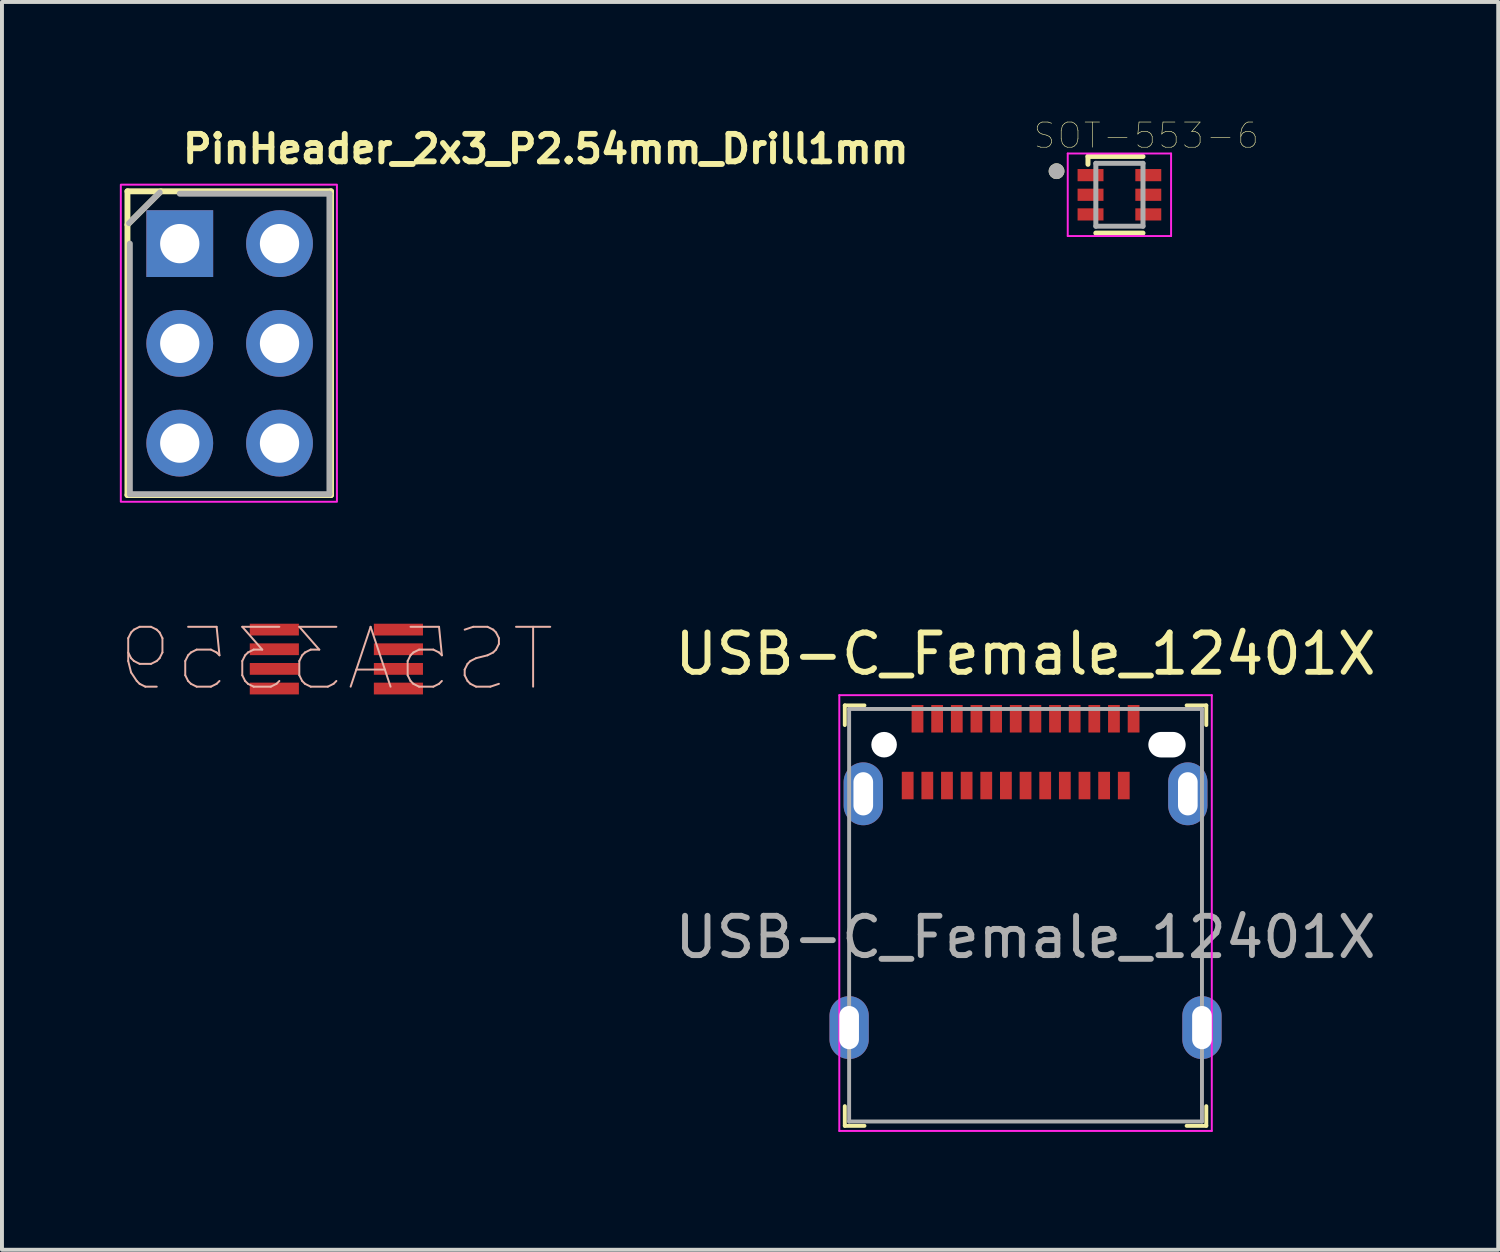
<source format=kicad_pcb>
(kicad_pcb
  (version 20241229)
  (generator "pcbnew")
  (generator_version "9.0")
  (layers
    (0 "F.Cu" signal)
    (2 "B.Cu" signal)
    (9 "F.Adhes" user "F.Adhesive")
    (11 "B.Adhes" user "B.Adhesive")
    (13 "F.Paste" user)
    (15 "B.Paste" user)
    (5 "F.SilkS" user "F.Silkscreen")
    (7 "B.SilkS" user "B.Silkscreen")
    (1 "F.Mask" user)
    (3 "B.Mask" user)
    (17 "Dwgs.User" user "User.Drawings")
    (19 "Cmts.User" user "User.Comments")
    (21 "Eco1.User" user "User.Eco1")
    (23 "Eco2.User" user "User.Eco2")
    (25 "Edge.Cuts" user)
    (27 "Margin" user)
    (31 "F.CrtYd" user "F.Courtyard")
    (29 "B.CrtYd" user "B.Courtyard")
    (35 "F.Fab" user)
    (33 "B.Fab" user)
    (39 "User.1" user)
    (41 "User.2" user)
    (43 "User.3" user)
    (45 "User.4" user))
  (footprint "SOT-553-6"
    (layer "F.Cu")
    (at 25.44 1.907)
    (property "Reference" "SOT-553-6" (at 0.682 -1.506 0) (layer "F.SilkS") (effects (font (size 0.64 0.64) (thickness 0.015))))
    (attr through_hole)
    (fp_line (start -0.8 -0.975) (end -0.8 -0.775) (stroke (width 0.127) (type solid)) (layer "F.SilkS"))
    (fp_line (start -0.8 -0.975) (end 0.6 -0.975) (stroke (width 0.127) (type solid)) (layer "F.SilkS"))
    (fp_line (start -0.6 0.975) (end 0.6 0.975) (stroke (width 0.127) (type solid)) (layer "F.SilkS"))
    (fp_circle (center -1.6 -0.6) (end -1.5 -0.6) (stroke (width 0.2) (type solid)) (fill no) (layer "F.SilkS"))
    (fp_line (start -1.315 -1.05) (end 1.315 -1.05) (stroke (width 0.05) (type solid)) (layer "F.CrtYd"))
    (fp_line (start -1.315 1.05) (end -1.315 -1.05) (stroke (width 0.05) (type solid)) (layer "F.CrtYd"))
    (fp_line (start 1.315 -1.05) (end 1.315 1.05) (stroke (width 0.05) (type solid)) (layer "F.CrtYd"))
    (fp_line (start 1.315 1.05) (end -1.315 1.05) (stroke (width 0.05) (type solid)) (layer "F.CrtYd"))
    (fp_line (start -0.6 -0.8) (end 0.6 -0.8) (stroke (width 0.127) (type solid)) (layer "F.Fab"))
    (fp_line (start -0.6 0.8) (end -0.6 -0.8) (stroke (width 0.127) (type solid)) (layer "F.Fab"))
    (fp_line (start 0.6 -0.8) (end 0.6 0.8) (stroke (width 0.127) (type solid)) (layer "F.Fab"))
    (fp_line (start 0.6 0.8) (end -0.6 0.8) (stroke (width 0.127) (type solid)) (layer "F.Fab"))
    (fp_circle (center -1.6 -0.6) (end -1.5 -0.6) (stroke (width 0.2) (type solid)) (fill no) (layer "F.Fab"))
    (pad "1" smd rect (at -0.735 -0.5) (size 0.66 0.31) (layers "F.Cu" "F.Mask" "F.Paste"))
    (pad "2" smd rect (at -0.735 0) (size 0.66 0.31) (layers "F.Cu" "F.Mask" "F.Paste"))
    (pad "3" smd rect (at -0.735 0.5) (size 0.66 0.31) (layers "F.Cu" "F.Mask" "F.Paste"))
    (pad "4" smd rect (at 0.735 0.5) (size 0.66 0.31) (layers "F.Cu" "F.Mask" "F.Paste"))
    (pad "5" smd rect (at 0.735 0) (size 0.66 0.31) (layers "F.Cu" "F.Mask" "F.Paste"))
    (pad "6" smd rect (at 0.735 -0.5) (size 0.66 0.31) (layers "F.Cu" "F.Mask" "F.Paste")))
  (footprint "PinHeader_2x3_P2.54mm_Drill1mm"
    (layer "F.Cu")
    (at 1.525 3.15)
    (property "Reference" "PinHeader_2x3_P2.54mm_Drill1mm" (at 0 -2 0) (layer "F.SilkS") (effects (font (size 0.7 0.7) (thickness 0.15)) (justify left bottom)))
    (attr through_hole)
    (fp_line (start -1.331 -1.331) (end -1.331 6.4) (stroke (width 0.15) (type solid)) (layer "F.SilkS"))
    (fp_line (start -1.331 -1.331) (end 3.85 -1.331) (stroke (width 0.15) (type solid)) (layer "F.SilkS"))
    (fp_line (start -1.331 -0.48) (end -0.48 -1.33) (stroke (width 0.15) (type solid)) (layer "F.SilkS"))
    (fp_line (start -1.331 6.4) (end 3.85 6.4) (stroke (width 0.15) (type solid)) (layer "F.SilkS"))
    (fp_line (start 3.85 -1.331) (end 3.85 6.4) (stroke (width 0.15) (type solid)) (layer "F.SilkS"))
    (fp_rect (start -1.5 -1.5) (end 4 6.57) (stroke (width 0.05) (type solid)) (fill no) (layer "F.CrtYd"))
    (fp_line (start -1.29 -0.52) (end -0.51 -1.3) (stroke (width 0.15) (type solid)) (layer "F.Fab"))
    (fp_line (start -1.27 6.376) (end -1.27 0) (stroke (width 0.15) (type solid)) (layer "F.Fab"))
    (fp_line (start 0 -1.27) (end 3.809 -1.27) (stroke (width 0.15) (type solid)) (layer "F.Fab"))
    (fp_line (start 3.809 -1.27) (end 3.809 6.376) (stroke (width 0.15) (type solid)) (layer "F.Fab"))
    (fp_line (start 3.809 6.376) (end -1.27 6.376) (stroke (width 0.15) (type solid)) (layer "F.Fab"))
    (fp_rect (start -1.281 -1.28) (end 3.797 6.339) (stroke (width 0.1) (type solid)) (fill no) (layer "User.5"))
    (fp_line (start -1.281 -1.031) (end -1.281 1.009) (stroke (width 0.02) (type solid)) (layer "User.9"))
    (fp_line (start -1.281 -1.031) (end -0.782 -1.28) (stroke (width 0.02) (type solid)) (layer "User.9"))
    (fp_line (start -1.281 1.509) (end -1.281 3.547) (stroke (width 0.02) (type solid)) (layer "User.9"))
    (fp_line (start -1.281 1.509) (end -0.782 1.259) (stroke (width 0.02) (type solid)) (layer "User.9"))
    (fp_line (start -1.281 4.049) (end -1.281 6.089) (stroke (width 0.02) (type solid)) (layer "User.9"))
    (fp_line (start -1.281 4.049) (end -0.782 3.797) (stroke (width 0.02) (type solid)) (layer "User.9"))
    (fp_line (start -0.782 1.259) (end -1.281 1.009) (stroke (width 0.02) (type solid)) (layer "User.9"))
    (fp_line (start -0.782 3.797) (end -1.281 3.547) (stroke (width 0.02) (type solid)) (layer "User.9"))
    (fp_line (start -0.782 6.339) (end -1.281 6.089) (stroke (width 0.02) (type solid)) (layer "User.9"))
    (fp_line (start -0.332 -0.333) (end 0.307 -0.333) (stroke (width 0.02) (type solid)) (layer "User.9"))
    (fp_line (start -0.332 0.308) (end -0.332 -0.333) (stroke (width 0.02) (type solid)) (layer "User.9"))
    (fp_line (start -0.332 0.308) (end -0.133 0.108) (stroke (width 0.02) (type solid)) (layer "User.9"))
    (fp_line (start -0.332 2.209) (end 0.307 2.209) (stroke (width 0.02) (type solid)) (layer "User.9"))
    (fp_line (start -0.332 2.849) (end -0.332 2.209) (stroke (width 0.02) (type solid)) (layer "User.9"))
    (fp_line (start -0.332 2.849) (end -0.133 2.648) (stroke (width 0.02) (type solid)) (layer "User.9"))
    (fp_line (start -0.332 4.748) (end 0.307 4.748) (stroke (width 0.02) (type solid)) (layer "User.9"))
    (fp_line (start -0.332 5.389) (end -0.332 4.748) (stroke (width 0.02) (type solid)) (layer "User.9"))
    (fp_line (start -0.332 5.389) (end -0.133 5.19) (stroke (width 0.02) (type solid)) (layer "User.9"))
    (fp_line (start -0.133 -0.133) (end -0.332 -0.333) (stroke (width 0.02) (type solid)) (layer "User.9"))
    (fp_line (start -0.133 -0.133) (end -0.133 0.108) (stroke (width 0.02) (type solid)) (layer "User.9"))
    (fp_line (start -0.133 0.108) (end 0.107 0.108) (stroke (width 0.02) (type solid)) (layer "User.9"))
    (fp_line (start -0.133 2.407) (end -0.332 2.209) (stroke (width 0.02) (type solid)) (layer "User.9"))
    (fp_line (start -0.133 2.407) (end -0.133 2.648) (stroke (width 0.02) (type solid)) (layer "User.9"))
    (fp_line (start -0.133 2.648) (end 0.107 2.648) (stroke (width 0.02) (type solid)) (layer "User.9"))
    (fp_line (start -0.133 4.95) (end -0.332 4.748) (stroke (width 0.02) (type solid)) (layer "User.9"))
    (fp_line (start -0.133 4.95) (end -0.133 5.19) (stroke (width 0.02) (type solid)) (layer "User.9"))
    (fp_line (start -0.133 5.19) (end 0.107 5.19) (stroke (width 0.02) (type solid)) (layer "User.9"))
    (fp_line (start 0.107 -0.133) (end -0.133 -0.133) (stroke (width 0.02) (type solid)) (layer "User.9"))
    (fp_line (start 0.107 -0.133) (end 0.307 -0.333) (stroke (width 0.02) (type solid)) (layer "User.9"))
    (fp_line (start 0.107 0.108) (end 0.107 -0.133) (stroke (width 0.02) (type solid)) (layer "User.9"))
    (fp_line (start 0.107 0.108) (end 0.307 0.308) (stroke (width 0.02) (type solid)) (layer "User.9"))
    (fp_line (start 0.107 2.407) (end -0.133 2.407) (stroke (width 0.02) (type solid)) (layer "User.9"))
    (fp_line (start 0.107 2.407) (end 0.307 2.209) (stroke (width 0.02) (type solid)) (layer "User.9"))
    (fp_line (start 0.107 2.648) (end 0.107 2.407) (stroke (width 0.02) (type solid)) (layer "User.9"))
    (fp_line (start 0.107 2.648) (end 0.307 2.849) (stroke (width 0.02) (type solid)) (layer "User.9"))
    (fp_line (start 0.107 4.95) (end -0.133 4.95) (stroke (width 0.02) (type solid)) (layer "User.9"))
    (fp_line (start 0.107 4.95) (end 0.307 4.748) (stroke (width 0.02) (type solid)) (layer "User.9"))
    (fp_line (start 0.107 5.19) (end 0.107 4.95) (stroke (width 0.02) (type solid)) (layer "User.9"))
    (fp_line (start 0.107 5.19) (end 0.307 5.389) (stroke (width 0.02) (type solid)) (layer "User.9"))
    (fp_line (start 0.307 -0.333) (end 0.307 0.308) (stroke (width 0.02) (type solid)) (layer "User.9"))
    (fp_line (start 0.307 0.308) (end -0.332 0.308) (stroke (width 0.02) (type solid)) (layer "User.9"))
    (fp_line (start 0.307 2.209) (end 0.307 2.849) (stroke (width 0.02) (type solid)) (layer "User.9"))
    (fp_line (start 0.307 2.849) (end -0.332 2.849) (stroke (width 0.02) (type solid)) (layer "User.9"))
    (fp_line (start 0.307 4.748) (end 0.307 5.389) (stroke (width 0.02) (type solid)) (layer "User.9"))
    (fp_line (start 0.307 5.389) (end -0.332 5.389) (stroke (width 0.02) (type solid)) (layer "User.9"))
    (fp_line (start 2.209 -0.333) (end 2.85 -0.333) (stroke (width 0.02) (type solid)) (layer "User.9"))
    (fp_line (start 2.209 0.308) (end 2.209 -0.333) (stroke (width 0.02) (type solid)) (layer "User.9"))
    (fp_line (start 2.209 0.308) (end 2.407 0.108) (stroke (width 0.02) (type solid)) (layer "User.9"))
    (fp_line (start 2.209 2.209) (end 2.85 2.209) (stroke (width 0.02) (type solid)) (layer "User.9"))
    (fp_line (start 2.209 2.849) (end 2.209 2.209) (stroke (width 0.02) (type solid)) (layer "User.9"))
    (fp_line (start 2.209 2.849) (end 2.407 2.648) (stroke (width 0.02) (type solid)) (layer "User.9"))
    (fp_line (start 2.209 4.748) (end 2.85 4.748) (stroke (width 0.02) (type solid)) (layer "User.9"))
    (fp_line (start 2.209 5.389) (end 2.209 4.748) (stroke (width 0.02) (type solid)) (layer "User.9"))
    (fp_line (start 2.209 5.389) (end 2.407 5.19) (stroke (width 0.02) (type solid)) (layer "User.9"))
    (fp_line (start 2.407 -0.133) (end 2.209 -0.333) (stroke (width 0.02) (type solid)) (layer "User.9"))
    (fp_line (start 2.407 -0.133) (end 2.407 0.108) (stroke (width 0.02) (type solid)) (layer "User.9"))
    (fp_line (start 2.407 0.108) (end 2.648 0.108) (stroke (width 0.02) (type solid)) (layer "User.9"))
    (fp_line (start 2.407 2.407) (end 2.209 2.209) (stroke (width 0.02) (type solid)) (layer "User.9"))
    (fp_line (start 2.407 2.407) (end 2.407 2.648) (stroke (width 0.02) (type solid)) (layer "User.9"))
    (fp_line (start 2.407 2.648) (end 2.648 2.648) (stroke (width 0.02) (type solid)) (layer "User.9"))
    (fp_line (start 2.407 4.95) (end 2.209 4.748) (stroke (width 0.02) (type solid)) (layer "User.9"))
    (fp_line (start 2.407 4.95) (end 2.407 5.19) (stroke (width 0.02) (type solid)) (layer "User.9"))
    (fp_line (start 2.407 5.19) (end 2.648 5.19) (stroke (width 0.02) (type solid)) (layer "User.9"))
    (fp_line (start 2.648 -0.133) (end 2.407 -0.133) (stroke (width 0.02) (type solid)) (layer "User.9"))
    (fp_line (start 2.648 -0.133) (end 2.85 -0.333) (stroke (width 0.02) (type solid)) (layer "User.9"))
    (fp_line (start 2.648 0.108) (end 2.648 -0.133) (stroke (width 0.02) (type solid)) (layer "User.9"))
    (fp_line (start 2.648 0.108) (end 2.85 0.308) (stroke (width 0.02) (type solid)) (layer "User.9"))
    (fp_line (start 2.648 2.407) (end 2.407 2.407) (stroke (width 0.02) (type solid)) (layer "User.9"))
    (fp_line (start 2.648 2.407) (end 2.85 2.209) (stroke (width 0.02) (type solid)) (layer "User.9"))
    (fp_line (start 2.648 2.648) (end 2.648 2.407) (stroke (width 0.02) (type solid)) (layer "User.9"))
    (fp_line (start 2.648 2.648) (end 2.85 2.849) (stroke (width 0.02) (type solid)) (layer "User.9"))
    (fp_line (start 2.648 4.95) (end 2.407 4.95) (stroke (width 0.02) (type solid)) (layer "User.9"))
    (fp_line (start 2.648 4.95) (end 2.85 4.748) (stroke (width 0.02) (type solid)) (layer "User.9"))
    (fp_line (start 2.648 5.19) (end 2.648 4.95) (stroke (width 0.02) (type solid)) (layer "User.9"))
    (fp_line (start 2.648 5.19) (end 2.85 5.389) (stroke (width 0.02) (type solid)) (layer "User.9"))
    (fp_line (start 2.85 -0.333) (end 2.85 0.308) (stroke (width 0.02) (type solid)) (layer "User.9"))
    (fp_line (start 2.85 0.308) (end 2.209 0.308) (stroke (width 0.02) (type solid)) (layer "User.9"))
    (fp_line (start 2.85 2.209) (end 2.85 2.849) (stroke (width 0.02) (type solid)) (layer "User.9"))
    (fp_line (start 2.85 2.849) (end 2.209 2.849) (stroke (width 0.02) (type solid)) (layer "User.9"))
    (fp_line (start 2.85 4.748) (end 2.85 5.389) (stroke (width 0.02) (type solid)) (layer "User.9"))
    (fp_line (start 2.85 5.389) (end 2.209 5.389) (stroke (width 0.02) (type solid)) (layer "User.9"))
    (fp_line (start 3.297 -1.28) (end -0.782 -1.28) (stroke (width 0.02) (type solid)) (layer "User.9"))
    (fp_line (start 3.297 1.259) (end 3.797 1.009) (stroke (width 0.02) (type solid)) (layer "User.9"))
    (fp_line (start 3.297 3.797) (end 3.797 3.547) (stroke (width 0.02) (type solid)) (layer "User.9"))
    (fp_line (start 3.297 6.339) (end -0.782 6.339) (stroke (width 0.02) (type solid)) (layer "User.9"))
    (fp_line (start 3.297 6.339) (end 3.797 6.089) (stroke (width 0.02) (type solid)) (layer "User.9"))
    (fp_line (start 3.797 -1.031) (end 3.297 -1.28) (stroke (width 0.02) (type solid)) (layer "User.9"))
    (fp_line (start 3.797 -1.031) (end 3.797 1.009) (stroke (width 0.02) (type solid)) (layer "User.9"))
    (fp_line (start 3.797 1.509) (end 3.297 1.259) (stroke (width 0.02) (type solid)) (layer "User.9"))
    (fp_line (start 3.797 1.509) (end 3.797 3.547) (stroke (width 0.02) (type solid)) (layer "User.9"))
    (fp_line (start 3.797 4.049) (end 3.297 3.797) (stroke (width 0.02) (type solid)) (layer "User.9"))
    (fp_line (start 3.797 4.049) (end 3.797 6.089) (stroke (width 0.02) (type solid)) (layer "User.9"))
    (pad "1" thru_hole rect (at 0 0) (size 1.7 1.7) (drill 1) (layers "*.Cu" "*.Mask"))
    (pad "2" thru_hole oval (at 0 2.539) (size 1.7 1.7) (drill 1) (layers "*.Cu" "*.Mask"))
    (pad "3" thru_hole oval (at 0 5.078) (size 1.7 1.7) (drill 1) (layers "*.Cu" "*.Mask"))
    (pad "4" thru_hole oval (at 2.539 0) (size 1.7 1.7) (drill 1) (layers "*.Cu" "*.Mask"))
    (pad "5" thru_hole oval (at 2.539 2.539) (size 1.7 1.7) (drill 1) (layers "*.Cu" "*.Mask"))
    (pad "6" thru_hole oval (at 2.539 5.078) (size 1.7 1.7) (drill 1) (layers "*.Cu" "*.Mask")))
  (footprint "USB-C_Female_12401X"
    (layer "F.Cu")
    (at 23.051 15.903)
    (property "Reference" "USB-C_Female_12401X" (at 0 -2.31 0) (layer "F.SilkS") (effects (font (size 1 1) (thickness 0.15))))
    (attr smd)
    (fp_line (start -4.6 -1) (end -4.6 -0.5) (stroke (width 0.1) (type solid)) (layer "F.SilkS"))
    (fp_line (start -4.6 -1) (end -4.1 -1) (stroke (width 0.1) (type solid)) (layer "F.SilkS"))
    (fp_line (start -4.6 9.7) (end -4.6 9.2) (stroke (width 0.1) (type solid)) (layer "F.SilkS"))
    (fp_line (start -4.6 9.7) (end -4.1 9.7) (stroke (width 0.1) (type solid)) (layer "F.SilkS"))
    (fp_line (start 4.6 -1) (end 4.1 -1) (stroke (width 0.1) (type solid)) (layer "F.SilkS"))
    (fp_line (start 4.6 -1) (end 4.6 -0.5) (stroke (width 0.1) (type solid)) (layer "F.SilkS"))
    (fp_line (start 4.6 9.7) (end 4.1 9.7) (stroke (width 0.1) (type solid)) (layer "F.SilkS"))
    (fp_line (start 4.6 9.7) (end 4.6 9.2) (stroke (width 0.1) (type solid)) (layer "F.SilkS"))
    (fp_line (start -4.74 -1.26) (end -4.74 9.83) (stroke (width 0.05) (type solid)) (layer "F.CrtYd"))
    (fp_line (start -4.74 -1.26) (end 4.74 -1.26) (stroke (width 0.05) (type solid)) (layer "F.CrtYd"))
    (fp_line (start -4.74 9.83) (end 4.74 9.83) (stroke (width 0.05) (type solid)) (layer "F.CrtYd"))
    (fp_line (start 4.74 -1.26) (end 4.74 9.83) (stroke (width 0.05) (type solid)) (layer "F.CrtYd"))
    (fp_line (start -4.49 -0.91) (end -4.49 9.59) (stroke (width 0.1) (type solid)) (layer "F.Fab"))
    (fp_line (start -4.49 -0.91) (end 4.49 -0.91) (stroke (width 0.1) (type solid)) (layer "F.Fab"))
    (fp_line (start -4.49 9.59) (end 4.49 9.59) (stroke (width 0.1) (type solid)) (layer "F.Fab"))
    (fp_line (start 4.49 -0.91) (end 4.49 9.59) (stroke (width 0.1) (type solid)) (layer "F.Fab"))
    (fp_text user "${REFERENCE}" (at 0 4.9 0) (layer "F.Fab") (effects (font (size 1 1) (thickness 0.15))))
    (pad "" np_thru_hole circle (at -3.6 0) (size 0.65 0.65) (drill 0.65) (layers "*.Cu" "*.Mask"))
    (pad "" np_thru_hole oval (at 3.6 0) (size 0.95 0.65) (drill oval 0.95 0.65) (layers "*.Cu" "*.Mask"))
    (pad "A1" smd rect (at -2.75 -0.66) (size 0.3 0.7) (layers "F.Cu" "F.Mask" "F.Paste"))
    (pad "A2" smd rect (at -2.25 -0.66) (size 0.3 0.7) (layers "F.Cu" "F.Mask" "F.Paste"))
    (pad "A3" smd rect (at -1.75 -0.66) (size 0.3 0.7) (layers "F.Cu" "F.Mask" "F.Paste"))
    (pad "A4" smd rect (at -1.25 -0.66) (size 0.3 0.7) (layers "F.Cu" "F.Mask" "F.Paste"))
    (pad "A5" smd rect (at -0.75 -0.66) (size 0.3 0.7) (layers "F.Cu" "F.Mask" "F.Paste"))
    (pad "A6" smd rect (at -0.25 -0.66) (size 0.3 0.7) (layers "F.Cu" "F.Mask" "F.Paste"))
    (pad "A7" smd rect (at 0.25 -0.66) (size 0.3 0.7) (layers "F.Cu" "F.Mask" "F.Paste"))
    (pad "A8" smd rect (at 0.75 -0.66) (size 0.3 0.7) (layers "F.Cu" "F.Mask" "F.Paste"))
    (pad "A9" smd rect (at 1.25 -0.66) (size 0.3 0.7) (layers "F.Cu" "F.Mask" "F.Paste"))
    (pad "A10" smd rect (at 1.75 -0.66) (size 0.3 0.7) (layers "F.Cu" "F.Mask" "F.Paste"))
    (pad "A11" smd rect (at 2.25 -0.66) (size 0.3 0.7) (layers "F.Cu" "F.Mask" "F.Paste"))
    (pad "A12" smd rect (at 2.75 -0.66) (size 0.3 0.7) (layers "F.Cu" "F.Mask" "F.Paste"))
    (pad "B1" smd rect (at 2.5 1.04) (size 0.3 0.7) (layers "F.Cu" "F.Mask" "F.Paste"))
    (pad "B2" smd rect (at 2 1.04) (size 0.3 0.7) (layers "F.Cu" "F.Mask" "F.Paste"))
    (pad "B3" smd rect (at 1.5 1.04) (size 0.3 0.7) (layers "F.Cu" "F.Mask" "F.Paste"))
    (pad "B4" smd rect (at 1 1.04) (size 0.3 0.7) (layers "F.Cu" "F.Mask" "F.Paste"))
    (pad "B5" smd rect (at 0.5 1.04) (size 0.3 0.7) (layers "F.Cu" "F.Mask" "F.Paste"))
    (pad "B6" smd rect (at 0 1.04) (size 0.3 0.7) (layers "F.Cu" "F.Mask" "F.Paste"))
    (pad "B7" smd rect (at -0.5 1.04) (size 0.3 0.7) (layers "F.Cu" "F.Mask" "F.Paste"))
    (pad "B8" smd rect (at -1 1.04) (size 0.3 0.7) (layers "F.Cu" "F.Mask" "F.Paste"))
    (pad "B9" smd rect (at -1.5 1.04) (size 0.3 0.7) (layers "F.Cu" "F.Mask" "F.Paste"))
    (pad "B10" smd rect (at -2 1.04) (size 0.3 0.7) (layers "F.Cu" "F.Mask" "F.Paste"))
    (pad "B11" smd rect (at -2.5 1.04) (size 0.3 0.7) (layers "F.Cu" "F.Mask" "F.Paste"))
    (pad "B12" smd rect (at -3 1.04) (size 0.3 0.7) (layers "F.Cu" "F.Mask" "F.Paste"))
    (pad "SH" thru_hole oval (at -4.49 7.2) (size 1 1.6) (drill oval 0.5 1.1) (layers "*.Cu" "*.Mask"))
    (pad "SH" thru_hole oval (at -4.13 1.25) (size 1 1.6) (drill oval 0.5 1.1) (layers "*.Cu" "*.Mask"))
    (pad "SH" thru_hole oval (at 4.13 1.25) (size 1 1.6) (drill oval 0.5 1.1) (layers "*.Cu" "*.Mask"))
    (pad "SH" thru_hole oval (at 4.49 7.2) (size 1 1.6) (drill oval 0.5 1.1) (layers "*.Cu" "*.Mask")))
  (footprint "TS5A3359"
    (layer "F.Cu")
    (at 5.511 13.724)
    (property "Reference" "TS5A3359" (at 0 0 0) (layer "B.SilkS") (effects (font (size 1.524 1.524) (thickness 0.05)) (justify mirror)))
    (attr smd)
    (pad "1" smd rect (at -1.579 -0.75 90) (size 0.3 1.25) (layers "F.Cu" "F.Mask" "F.Paste"))
    (pad "2" smd rect (at -1.579 -0.25 90) (size 0.3 1.25) (layers "F.Cu" "F.Mask" "F.Paste"))
    (pad "3" smd rect (at -1.579 0.25 90) (size 0.3 1.25) (layers "F.Cu" "F.Mask" "F.Paste"))
    (pad "4" smd rect (at -1.579 0.75 90) (size 0.3 1.25) (layers "F.Cu" "F.Mask" "F.Paste"))
    (pad "5" smd rect (at 1.579 0.75 90) (size 0.3 1.25) (layers "F.Cu" "F.Mask" "F.Paste"))
    (pad "6" smd rect (at 1.579 0.25 90) (size 0.3 1.25) (layers "F.Cu" "F.Mask" "F.Paste"))
    (pad "7" smd rect (at 1.579 -0.25 90) (size 0.3 1.25) (layers "F.Cu" "F.Mask" "F.Paste"))
    (pad "8" smd rect (at 1.579 -0.75 90) (size 0.3 1.25) (layers "F.Cu" "F.Mask" "F.Paste")))
  (gr_rect
    (start -3 -3)
    (end 35.081 28.758)
    (stroke (width 0.1) (type default))
    (fill no)
    (layer "Edge.Cuts")))
</source>
